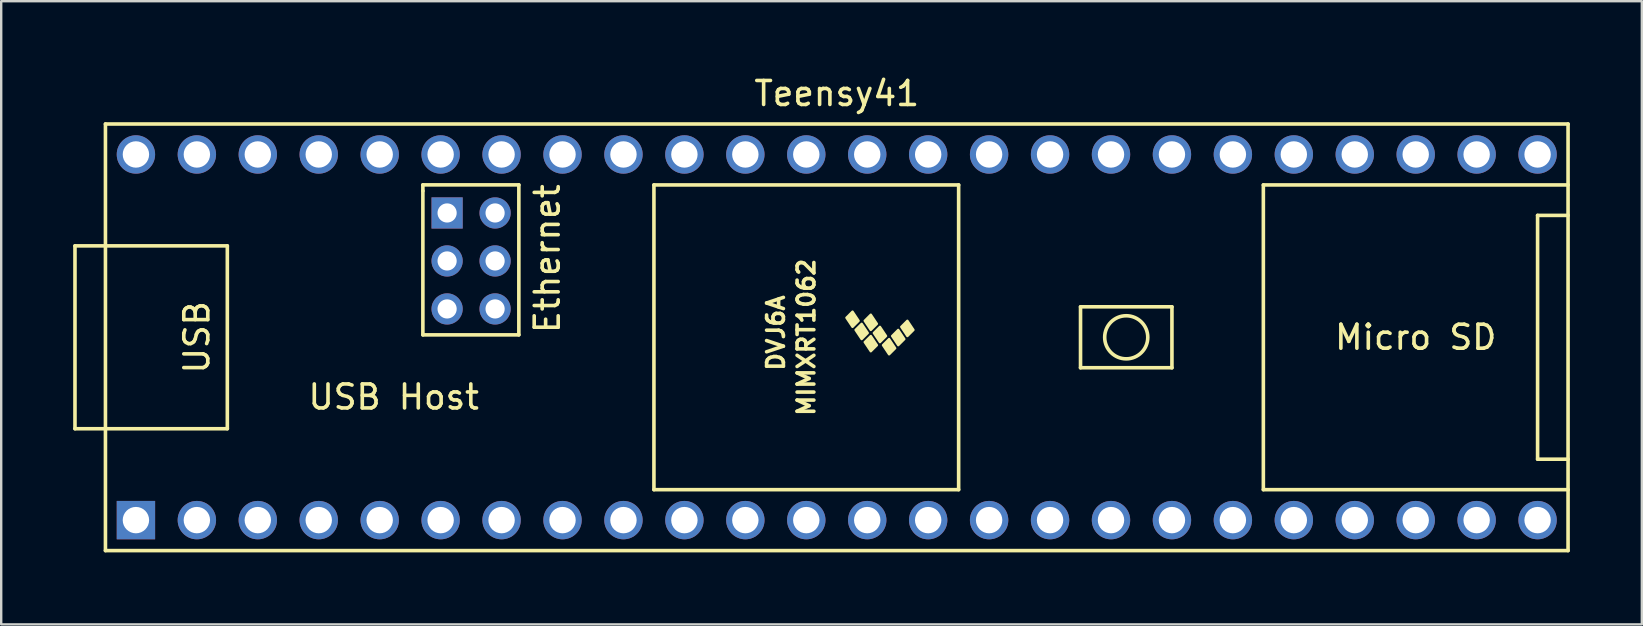
<source format=kicad_pcb>
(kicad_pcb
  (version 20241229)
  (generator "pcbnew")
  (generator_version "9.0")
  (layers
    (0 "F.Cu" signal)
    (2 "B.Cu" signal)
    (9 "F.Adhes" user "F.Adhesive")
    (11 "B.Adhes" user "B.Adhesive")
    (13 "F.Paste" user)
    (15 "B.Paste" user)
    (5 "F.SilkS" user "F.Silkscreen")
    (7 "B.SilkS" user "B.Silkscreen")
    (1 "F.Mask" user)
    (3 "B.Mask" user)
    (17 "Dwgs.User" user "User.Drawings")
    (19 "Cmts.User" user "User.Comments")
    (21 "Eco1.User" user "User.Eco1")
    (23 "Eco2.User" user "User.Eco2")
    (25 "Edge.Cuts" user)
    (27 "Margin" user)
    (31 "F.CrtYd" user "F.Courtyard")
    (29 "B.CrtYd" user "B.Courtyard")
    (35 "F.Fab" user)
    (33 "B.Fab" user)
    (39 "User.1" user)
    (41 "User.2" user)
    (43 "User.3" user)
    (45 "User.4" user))
  (footprint "Teensy41"
    (layer "F.Cu")
    (at 31.825 11.008)
    (property "Reference" "Teensy41" (at 0 -10.16 180) (layer "F.SilkS") (effects (font (size 1 1) (thickness 0.15))))
    (attr through_hole)
    (fp_line (start -31.75 -3.81) (end -30.48 -3.81) (stroke (width 0.15) (type solid)) (layer "F.SilkS"))
    (fp_line (start -31.75 3.81) (end -31.75 -3.81) (stroke (width 0.15) (type solid)) (layer "F.SilkS"))
    (fp_line (start -30.48 -8.89) (end 30.48 -8.89) (stroke (width 0.15) (type solid)) (layer "F.SilkS"))
    (fp_line (start -30.48 3.81) (end -31.75 3.81) (stroke (width 0.15) (type solid)) (layer "F.SilkS"))
    (fp_line (start -30.48 8.89) (end -30.48 -8.89) (stroke (width 0.15) (type solid)) (layer "F.SilkS"))
    (fp_line (start -25.4 -3.81) (end -30.48 -3.81) (stroke (width 0.15) (type solid)) (layer "F.SilkS"))
    (fp_line (start -25.4 3.81) (end -30.48 3.81) (stroke (width 0.15) (type solid)) (layer "F.SilkS"))
    (fp_line (start -25.4 3.81) (end -25.4 -3.81) (stroke (width 0.15) (type solid)) (layer "F.SilkS"))
    (fp_line (start -17.25 -6.352) (end -17.25 -6.102) (stroke (width 0.15) (type solid)) (layer "F.SilkS"))
    (fp_line (start -17.25 -6.102) (end -17.25 -0.102) (stroke (width 0.15) (type solid)) (layer "F.SilkS"))
    (fp_line (start -17.25 -0.102) (end -13.25 -0.102) (stroke (width 0.15) (type solid)) (layer "F.SilkS"))
    (fp_line (start -13.25 -6.352) (end -17.25 -6.352) (stroke (width 0.15) (type solid)) (layer "F.SilkS"))
    (fp_line (start -13.25 -0.102) (end -13.25 -6.352) (stroke (width 0.15) (type solid)) (layer "F.SilkS"))
    (fp_line (start -7.62 -6.35) (end -7.62 6.35) (stroke (width 0.15) (type solid)) (layer "F.SilkS"))
    (fp_line (start -7.62 6.35) (end 5.08 6.35) (stroke (width 0.15) (type solid)) (layer "F.SilkS"))
    (fp_line (start 5.08 -6.35) (end -7.62 -6.35) (stroke (width 0.15) (type solid)) (layer "F.SilkS"))
    (fp_line (start 5.08 6.35) (end 5.08 -6.35) (stroke (width 0.15) (type solid)) (layer "F.SilkS"))
    (fp_line (start 10.16 -1.27) (end 13.97 -1.27) (stroke (width 0.15) (type solid)) (layer "F.SilkS"))
    (fp_line (start 10.16 1.27) (end 10.16 -1.27) (stroke (width 0.15) (type solid)) (layer "F.SilkS"))
    (fp_line (start 13.97 -1.27) (end 13.97 1.27) (stroke (width 0.15) (type solid)) (layer "F.SilkS"))
    (fp_line (start 13.97 1.27) (end 10.16 1.27) (stroke (width 0.15) (type solid)) (layer "F.SilkS"))
    (fp_line (start 17.78 -6.35) (end 17.78 6.35) (stroke (width 0.15) (type solid)) (layer "F.SilkS"))
    (fp_line (start 17.78 6.35) (end 30.48 6.35) (stroke (width 0.15) (type solid)) (layer "F.SilkS"))
    (fp_line (start 29.21 -5.08) (end 29.21 5.08) (stroke (width 0.15) (type solid)) (layer "F.SilkS"))
    (fp_line (start 29.21 5.08) (end 30.48 5.08) (stroke (width 0.15) (type solid)) (layer "F.SilkS"))
    (fp_line (start 30.48 -8.89) (end 30.48 8.89) (stroke (width 0.15) (type solid)) (layer "F.SilkS"))
    (fp_line (start 30.48 -6.35) (end 17.78 -6.35) (stroke (width 0.15) (type solid)) (layer "F.SilkS"))
    (fp_line (start 30.48 -5.08) (end 29.21 -5.08) (stroke (width 0.15) (type solid)) (layer "F.SilkS"))
    (fp_line (start 30.48 8.89) (end -30.48 8.89) (stroke (width 0.15) (type solid)) (layer "F.SilkS"))
    (fp_circle (center 12.065 0) (end 12.7 -0.635) (stroke (width 0.15) (type solid)) (fill no) (layer "F.SilkS"))
    (fp_poly (pts (xy 0.911 -0.688) (xy 0.657 -0.434) (xy 0.403 -0.815) (xy 0.657 -1.069)) (stroke (width 0.1) (type solid)) (fill yes) (layer "F.SilkS"))
    (fp_poly (pts (xy 1.292 -0.18) (xy 1.038 0.074) (xy 0.784 -0.307) (xy 1.038 -0.561)) (stroke (width 0.1) (type solid)) (fill yes) (layer "F.SilkS"))
    (fp_poly (pts (xy 1.673 -0.561) (xy 1.419 -0.307) (xy 1.165 -0.688) (xy 1.419 -0.942)) (stroke (width 0.1) (type solid)) (fill yes) (layer "F.SilkS"))
    (fp_poly (pts (xy 1.673 0.328) (xy 1.419 0.582) (xy 1.165 0.201) (xy 1.419 -0.053)) (stroke (width 0.1) (type solid)) (fill yes) (layer "F.SilkS"))
    (fp_poly (pts (xy 2.054 -0.053) (xy 1.8 0.201) (xy 1.546 -0.18) (xy 1.8 -0.434)) (stroke (width 0.1) (type solid)) (fill yes) (layer "F.SilkS"))
    (fp_poly (pts (xy 2.435 0.455) (xy 2.181 0.709) (xy 1.927 0.328) (xy 2.181 0.074)) (stroke (width 0.1) (type solid)) (fill yes) (layer "F.SilkS"))
    (fp_poly (pts (xy 2.816 0.074) (xy 2.562 0.328) (xy 2.308 -0.053) (xy 2.562 -0.307)) (stroke (width 0.1) (type solid)) (fill yes) (layer "F.SilkS"))
    (fp_poly (pts (xy 3.197 -0.307) (xy 2.943 -0.053) (xy 2.689 -0.434) (xy 2.943 -0.688)) (stroke (width 0.1) (type solid)) (fill yes) (layer "F.SilkS"))
    (fp_text user "Micro SD" (at 24.13 0 180) (layer "F.SilkS") (effects (font (size 1 1) (thickness 0.15))))
    (fp_text user "DVJ6A" (at -2.54 -0.18 270) (layer "F.SilkS") (effects (font (size 0.7 0.7) (thickness 0.15))))
    (fp_text user "USB Host" (at -18.466 2.489 180) (layer "F.SilkS") (effects (font (size 1 1) (thickness 0.15))))
    (fp_text user "MIMXRT1062" (at -1.27 0 270) (layer "F.SilkS") (effects (font (size 0.7 0.7) (thickness 0.15))))
    (fp_text user "USB" (at -26.67 0 270) (layer "F.SilkS") (effects (font (size 1 1) (thickness 0.15))))
    (fp_text user "Ethernet" (at -12.065 -3.277 270) (layer "F.SilkS") (effects (font (size 1 1) (thickness 0.15))))
    (pad "1" thru_hole rect (at -29.21 7.62) (size 1.6 1.6) (drill 1.1) (layers "*.Cu" "*.Mask"))
    (pad "2" thru_hole circle (at -26.67 7.62) (size 1.6 1.6) (drill 1.1) (layers "*.Cu" "*.Mask"))
    (pad "3" thru_hole circle (at -24.13 7.62) (size 1.6 1.6) (drill 1.1) (layers "*.Cu" "*.Mask"))
    (pad "4" thru_hole circle (at -21.59 7.62) (size 1.6 1.6) (drill 1.1) (layers "*.Cu" "*.Mask"))
    (pad "5" thru_hole circle (at -19.05 7.62) (size 1.6 1.6) (drill 1.1) (layers "*.Cu" "*.Mask"))
    (pad "6" thru_hole circle (at -16.51 7.62) (size 1.6 1.6) (drill 1.1) (layers "*.Cu" "*.Mask"))
    (pad "7" thru_hole circle (at -13.97 7.62) (size 1.6 1.6) (drill 1.1) (layers "*.Cu" "*.Mask"))
    (pad "8" thru_hole circle (at -11.43 7.62) (size 1.6 1.6) (drill 1.1) (layers "*.Cu" "*.Mask"))
    (pad "9" thru_hole circle (at -8.89 7.62) (size 1.6 1.6) (drill 1.1) (layers "*.Cu" "*.Mask"))
    (pad "10" thru_hole circle (at -6.35 7.62) (size 1.6 1.6) (drill 1.1) (layers "*.Cu" "*.Mask"))
    (pad "11" thru_hole circle (at -3.81 7.62) (size 1.6 1.6) (drill 1.1) (layers "*.Cu" "*.Mask"))
    (pad "12" thru_hole circle (at -1.27 7.62) (size 1.6 1.6) (drill 1.1) (layers "*.Cu" "*.Mask"))
    (pad "13" thru_hole circle (at 1.27 7.62) (size 1.6 1.6) (drill 1.1) (layers "*.Cu" "*.Mask"))
    (pad "14" thru_hole circle (at 3.81 7.62) (size 1.6 1.6) (drill 1.1) (layers "*.Cu" "*.Mask"))
    (pad "15" thru_hole circle (at 6.35 7.62) (size 1.6 1.6) (drill 1.1) (layers "*.Cu" "*.Mask"))
    (pad "16" thru_hole circle (at 8.89 7.62) (size 1.6 1.6) (drill 1.1) (layers "*.Cu" "*.Mask"))
    (pad "17" thru_hole circle (at 11.43 7.62) (size 1.6 1.6) (drill 1.1) (layers "*.Cu" "*.Mask"))
    (pad "18" thru_hole circle (at 13.97 7.62) (size 1.6 1.6) (drill 1.1) (layers "*.Cu" "*.Mask"))
    (pad "19" thru_hole circle (at 16.51 7.62) (size 1.6 1.6) (drill 1.1) (layers "*.Cu" "*.Mask"))
    (pad "20" thru_hole circle (at 19.05 7.62) (size 1.6 1.6) (drill 1.1) (layers "*.Cu" "*.Mask"))
    (pad "21" thru_hole circle (at 21.59 7.62) (size 1.6 1.6) (drill 1.1) (layers "*.Cu" "*.Mask"))
    (pad "22" thru_hole circle (at 24.13 7.62) (size 1.6 1.6) (drill 1.1) (layers "*.Cu" "*.Mask"))
    (pad "23" thru_hole circle (at 26.67 7.62) (size 1.6 1.6) (drill 1.1) (layers "*.Cu" "*.Mask"))
    (pad "24" thru_hole circle (at 29.21 7.62) (size 1.6 1.6) (drill 1.1) (layers "*.Cu" "*.Mask"))
    (pad "25" thru_hole circle (at 29.21 -7.62) (size 1.6 1.6) (drill 1.1) (layers "*.Cu" "*.Mask"))
    (pad "26" thru_hole circle (at 26.67 -7.62) (size 1.6 1.6) (drill 1.1) (layers "*.Cu" "*.Mask"))
    (pad "27" thru_hole circle (at 24.13 -7.62) (size 1.6 1.6) (drill 1.1) (layers "*.Cu" "*.Mask"))
    (pad "28" thru_hole circle (at 21.59 -7.62) (size 1.6 1.6) (drill 1.1) (layers "*.Cu" "*.Mask"))
    (pad "29" thru_hole circle (at 19.05 -7.62) (size 1.6 1.6) (drill 1.1) (layers "*.Cu" "*.Mask"))
    (pad "30" thru_hole circle (at 16.51 -7.62) (size 1.6 1.6) (drill 1.1) (layers "*.Cu" "*.Mask"))
    (pad "31" thru_hole circle (at 13.97 -7.62) (size 1.6 1.6) (drill 1.1) (layers "*.Cu" "*.Mask"))
    (pad "32" thru_hole circle (at 11.43 -7.62) (size 1.6 1.6) (drill 1.1) (layers "*.Cu" "*.Mask"))
    (pad "33" thru_hole circle (at 8.89 -7.62) (size 1.6 1.6) (drill 1.1) (layers "*.Cu" "*.Mask"))
    (pad "34" thru_hole circle (at 6.35 -7.62) (size 1.6 1.6) (drill 1.1) (layers "*.Cu" "*.Mask"))
    (pad "35" thru_hole circle (at 3.81 -7.62) (size 1.6 1.6) (drill 1.1) (layers "*.Cu" "*.Mask"))
    (pad "36" thru_hole circle (at 1.27 -7.62) (size 1.6 1.6) (drill 1.1) (layers "*.Cu" "*.Mask"))
    (pad "37" thru_hole circle (at -1.27 -7.62) (size 1.6 1.6) (drill 1.1) (layers "*.Cu" "*.Mask"))
    (pad "38" thru_hole circle (at -3.81 -7.62) (size 1.6 1.6) (drill 1.1) (layers "*.Cu" "*.Mask"))
    (pad "39" thru_hole circle (at -6.35 -7.62) (size 1.6 1.6) (drill 1.1) (layers "*.Cu" "*.Mask"))
    (pad "40" thru_hole circle (at -8.89 -7.62) (size 1.6 1.6) (drill 1.1) (layers "*.Cu" "*.Mask"))
    (pad "41" thru_hole circle (at -11.43 -7.62) (size 1.6 1.6) (drill 1.1) (layers "*.Cu" "*.Mask"))
    (pad "42" thru_hole circle (at -13.97 -7.62) (size 1.6 1.6) (drill 1.1) (layers "*.Cu" "*.Mask"))
    (pad "43" thru_hole circle (at -16.51 -7.62) (size 1.6 1.6) (drill 1.1) (layers "*.Cu" "*.Mask"))
    (pad "44" thru_hole circle (at -19.05 -7.62) (size 1.6 1.6) (drill 1.1) (layers "*.Cu" "*.Mask"))
    (pad "45" thru_hole circle (at -21.59 -7.62) (size 1.6 1.6) (drill 1.1) (layers "*.Cu" "*.Mask"))
    (pad "46" thru_hole circle (at -24.13 -7.62) (size 1.6 1.6) (drill 1.1) (layers "*.Cu" "*.Mask"))
    (pad "47" thru_hole circle (at -26.67 -7.62) (size 1.6 1.6) (drill 1.1) (layers "*.Cu" "*.Mask"))
    (pad "48" thru_hole circle (at -29.21 -7.62) (size 1.6 1.6) (drill 1.1) (layers "*.Cu" "*.Mask"))
    (pad "60" thru_hole rect (at -16.24 -5.182) (size 1.3 1.3) (drill 0.8) (layers "*.Cu" "*.Mask"))
    (pad "61" thru_hole circle (at -16.24 -3.182) (size 1.3 1.3) (drill 0.8) (layers "*.Cu" "*.Mask"))
    (pad "62" thru_hole circle (at -16.24 -1.182) (size 1.3 1.3) (drill 0.8) (layers "*.Cu" "*.Mask"))
    (pad "63" thru_hole circle (at -14.24 -1.182) (size 1.3 1.3) (drill 0.8) (layers "*.Cu" "*.Mask"))
    (pad "64" thru_hole circle (at -14.24 -3.182) (size 1.3 1.3) (drill 0.8) (layers "*.Cu" "*.Mask"))
    (pad "65" thru_hole circle (at -14.24 -5.182) (size 1.3 1.3) (drill 0.8) (layers "*.Cu" "*.Mask")))
  (gr_rect
    (start -3 -3)
    (end 65.38 22.973)
    (stroke (width 0.1) (type default))
    (fill no)
    (layer "Edge.Cuts")))
</source>
